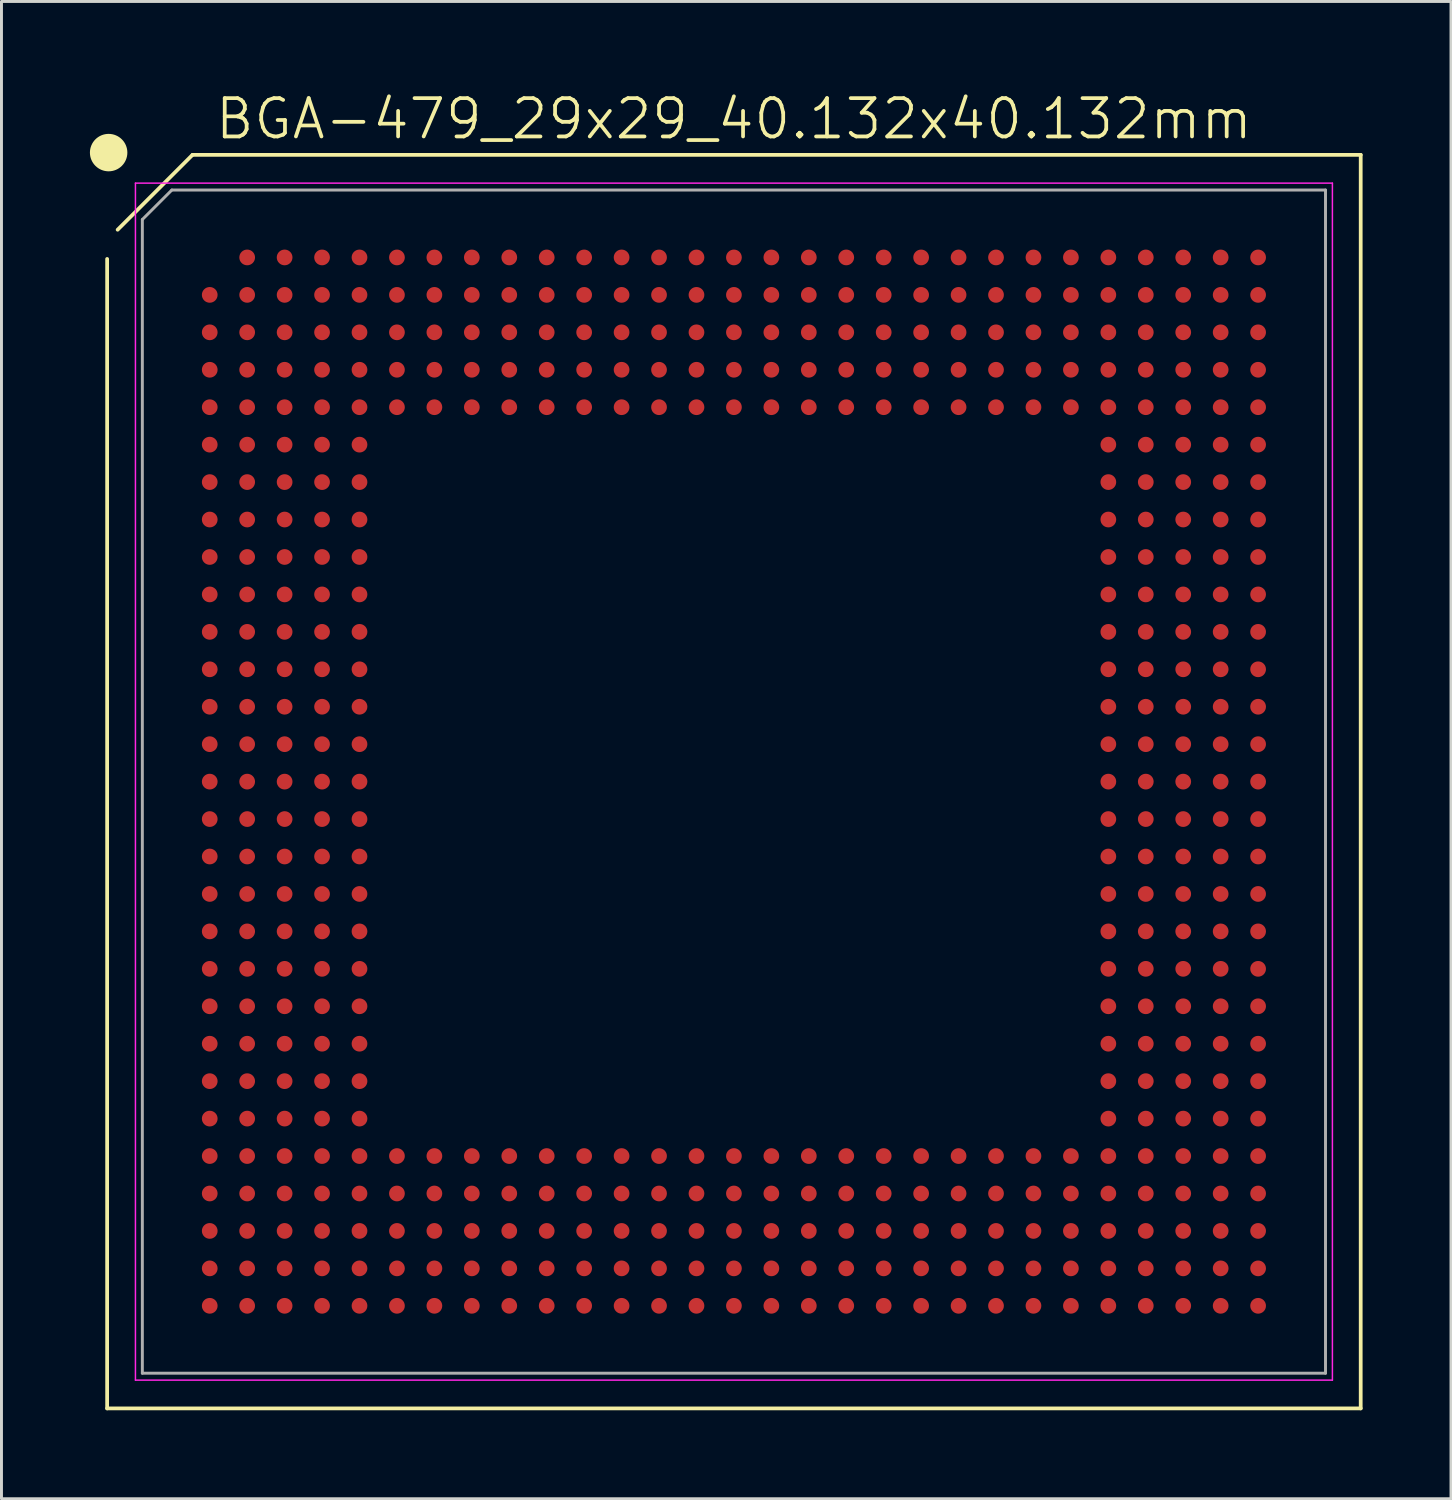
<source format=kicad_pcb>
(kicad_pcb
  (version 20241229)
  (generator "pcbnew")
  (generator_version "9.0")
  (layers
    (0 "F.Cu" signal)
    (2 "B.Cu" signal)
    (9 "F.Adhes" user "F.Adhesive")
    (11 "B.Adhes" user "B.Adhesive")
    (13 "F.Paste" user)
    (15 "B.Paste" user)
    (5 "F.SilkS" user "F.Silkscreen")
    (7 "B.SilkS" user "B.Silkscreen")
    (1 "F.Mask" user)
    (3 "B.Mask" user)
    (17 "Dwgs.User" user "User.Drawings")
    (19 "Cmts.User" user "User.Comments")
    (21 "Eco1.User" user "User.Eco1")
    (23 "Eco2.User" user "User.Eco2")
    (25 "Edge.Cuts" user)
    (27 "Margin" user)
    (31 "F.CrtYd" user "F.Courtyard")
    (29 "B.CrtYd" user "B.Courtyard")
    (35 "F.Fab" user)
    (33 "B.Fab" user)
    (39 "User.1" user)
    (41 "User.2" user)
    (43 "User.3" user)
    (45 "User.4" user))
  (footprint "BGA-479_29x29_40.132x40.132mm"
    (layer "F.Cu")
    (at 21.844 23.462)
    (property "Reference" "BGA-479_29x29_40.132x40.132mm" (at 0 -22.479 0) (layer "F.SilkS") (effects (font (size 1.3 1.3) (thickness 0.127))))
    (attr smd)
    (fp_line (start -21.26 -17.729) (end -21.26 21.26) (stroke (width 0.127) (type default)) (layer "F.SilkS"))
    (fp_line (start -18.364 -21.26) (end -20.904 -18.72) (stroke (width 0.127) (type default)) (layer "F.SilkS"))
    (fp_line (start -18.364 -21.26) (end 21.26 -21.26) (stroke (width 0.127) (type default)) (layer "F.SilkS"))
    (fp_line (start 21.26 21.26) (end -21.26 21.26) (stroke (width 0.127) (type default)) (layer "F.SilkS"))
    (fp_line (start 21.26 21.26) (end 21.26 -21.26) (stroke (width 0.127) (type default)) (layer "F.SilkS"))
    (fp_circle (center -21.209 -21.336) (end -20.624 -21.336) (stroke (width 0.1) (type default)) (fill yes) (layer "F.SilkS"))
    (fp_line (start -20.3 -20.3) (end 20.3 -20.3) (stroke (width 0.05) (type default)) (layer "F.CrtYd"))
    (fp_line (start -20.3 20.3) (end -20.3 -20.3) (stroke (width 0.05) (type default)) (layer "F.CrtYd"))
    (fp_line (start 20.3 -20.3) (end 20.3 20.3) (stroke (width 0.05) (type default)) (layer "F.CrtYd"))
    (fp_line (start 20.3 20.3) (end -20.3 20.3) (stroke (width 0.05) (type default)) (layer "F.CrtYd"))
    (fp_line (start -20.066 -19.066) (end -20.066 20.066) (stroke (width 0.1) (type default)) (layer "F.Fab"))
    (fp_line (start -20.066 20.066) (end 20.066 20.066) (stroke (width 0.1) (type default)) (layer "F.Fab"))
    (fp_line (start -19.066 -20.066) (end -20.066 -19.066) (stroke (width 0.1) (type default)) (layer "F.Fab"))
    (fp_line (start 20.066 -20.066) (end -19.066 -20.066) (stroke (width 0.1) (type default)) (layer "F.Fab"))
    (fp_line (start 20.066 20.066) (end 20.066 -20.066) (stroke (width 0.1) (type default)) (layer "F.Fab"))
    (pad "A2" smd circle (at -16.51 -17.78) (size 0.533 0.533) (layers "F.Cu" "F.Mask" "F.Paste"))
    (pad "A3" smd circle (at -15.24 -17.78) (size 0.533 0.533) (layers "F.Cu" "F.Mask" "F.Paste"))
    (pad "A4" smd circle (at -13.97 -17.78) (size 0.533 0.533) (layers "F.Cu" "F.Mask" "F.Paste"))
    (pad "A5" smd circle (at -12.7 -17.78) (size 0.533 0.533) (layers "F.Cu" "F.Mask" "F.Paste"))
    (pad "A6" smd circle (at -11.43 -17.78) (size 0.533 0.533) (layers "F.Cu" "F.Mask" "F.Paste"))
    (pad "A7" smd circle (at -10.16 -17.78) (size 0.533 0.533) (layers "F.Cu" "F.Mask" "F.Paste"))
    (pad "A8" smd circle (at -8.89 -17.78) (size 0.533 0.533) (layers "F.Cu" "F.Mask" "F.Paste"))
    (pad "A9" smd circle (at -7.62 -17.78) (size 0.533 0.533) (layers "F.Cu" "F.Mask" "F.Paste"))
    (pad "A10" smd circle (at -6.35 -17.78) (size 0.533 0.533) (layers "F.Cu" "F.Mask" "F.Paste"))
    (pad "A11" smd circle (at -5.08 -17.78) (size 0.533 0.533) (layers "F.Cu" "F.Mask" "F.Paste"))
    (pad "A12" smd circle (at -3.81 -17.78) (size 0.533 0.533) (layers "F.Cu" "F.Mask" "F.Paste"))
    (pad "A13" smd circle (at -2.54 -17.78) (size 0.533 0.533) (layers "F.Cu" "F.Mask" "F.Paste"))
    (pad "A14" smd circle (at -1.27 -17.78) (size 0.533 0.533) (layers "F.Cu" "F.Mask" "F.Paste"))
    (pad "A15" smd circle (at 0 -17.78) (size 0.533 0.533) (layers "F.Cu" "F.Mask" "F.Paste"))
    (pad "A16" smd circle (at 1.27 -17.78) (size 0.533 0.533) (layers "F.Cu" "F.Mask" "F.Paste"))
    (pad "A17" smd circle (at 2.54 -17.78) (size 0.533 0.533) (layers "F.Cu" "F.Mask" "F.Paste"))
    (pad "A18" smd circle (at 3.81 -17.78) (size 0.533 0.533) (layers "F.Cu" "F.Mask" "F.Paste"))
    (pad "A19" smd circle (at 5.08 -17.78) (size 0.533 0.533) (layers "F.Cu" "F.Mask" "F.Paste"))
    (pad "A20" smd circle (at 6.35 -17.78) (size 0.533 0.533) (layers "F.Cu" "F.Mask" "F.Paste"))
    (pad "A21" smd circle (at 7.62 -17.78) (size 0.533 0.533) (layers "F.Cu" "F.Mask" "F.Paste"))
    (pad "A22" smd circle (at 8.89 -17.78) (size 0.533 0.533) (layers "F.Cu" "F.Mask" "F.Paste"))
    (pad "A23" smd circle (at 10.16 -17.78) (size 0.533 0.533) (layers "F.Cu" "F.Mask" "F.Paste"))
    (pad "A24" smd circle (at 11.43 -17.78) (size 0.533 0.533) (layers "F.Cu" "F.Mask" "F.Paste"))
    (pad "A25" smd circle (at 12.7 -17.78) (size 0.533 0.533) (layers "F.Cu" "F.Mask" "F.Paste"))
    (pad "A26" smd circle (at 13.97 -17.78) (size 0.533 0.533) (layers "F.Cu" "F.Mask" "F.Paste"))
    (pad "A27" smd circle (at 15.24 -17.78) (size 0.533 0.533) (layers "F.Cu" "F.Mask" "F.Paste"))
    (pad "A28" smd circle (at 16.51 -17.78) (size 0.533 0.533) (layers "F.Cu" "F.Mask" "F.Paste"))
    (pad "A29" smd circle (at 17.78 -17.78) (size 0.533 0.533) (layers "F.Cu" "F.Mask" "F.Paste"))
    (pad "AA1" smd circle (at -17.78 7.62) (size 0.533 0.533) (layers "F.Cu" "F.Mask" "F.Paste"))
    (pad "AA2" smd circle (at -16.51 7.62) (size 0.533 0.533) (layers "F.Cu" "F.Mask" "F.Paste"))
    (pad "AA3" smd circle (at -15.24 7.62) (size 0.533 0.533) (layers "F.Cu" "F.Mask" "F.Paste"))
    (pad "AA4" smd circle (at -13.97 7.62) (size 0.533 0.533) (layers "F.Cu" "F.Mask" "F.Paste"))
    (pad "AA5" smd circle (at -12.7 7.62) (size 0.533 0.533) (layers "F.Cu" "F.Mask" "F.Paste"))
    (pad "AA25" smd circle (at 12.7 7.62) (size 0.533 0.533) (layers "F.Cu" "F.Mask" "F.Paste"))
    (pad "AA26" smd circle (at 13.97 7.62) (size 0.533 0.533) (layers "F.Cu" "F.Mask" "F.Paste"))
    (pad "AA27" smd circle (at 15.24 7.62) (size 0.533 0.533) (layers "F.Cu" "F.Mask" "F.Paste"))
    (pad "AA28" smd circle (at 16.51 7.62) (size 0.533 0.533) (layers "F.Cu" "F.Mask" "F.Paste"))
    (pad "AA29" smd circle (at 17.78 7.62) (size 0.533 0.533) (layers "F.Cu" "F.Mask" "F.Paste"))
    (pad "AB1" smd circle (at -17.78 8.89) (size 0.533 0.533) (layers "F.Cu" "F.Mask" "F.Paste"))
    (pad "AB2" smd circle (at -16.51 8.89) (size 0.533 0.533) (layers "F.Cu" "F.Mask" "F.Paste"))
    (pad "AB3" smd circle (at -15.24 8.89) (size 0.533 0.533) (layers "F.Cu" "F.Mask" "F.Paste"))
    (pad "AB4" smd circle (at -13.97 8.89) (size 0.533 0.533) (layers "F.Cu" "F.Mask" "F.Paste"))
    (pad "AB5" smd circle (at -12.7 8.89) (size 0.533 0.533) (layers "F.Cu" "F.Mask" "F.Paste"))
    (pad "AB25" smd circle (at 12.7 8.89) (size 0.533 0.533) (layers "F.Cu" "F.Mask" "F.Paste"))
    (pad "AB26" smd circle (at 13.97 8.89) (size 0.533 0.533) (layers "F.Cu" "F.Mask" "F.Paste"))
    (pad "AB27" smd circle (at 15.24 8.89) (size 0.533 0.533) (layers "F.Cu" "F.Mask" "F.Paste"))
    (pad "AB28" smd circle (at 16.51 8.89) (size 0.533 0.533) (layers "F.Cu" "F.Mask" "F.Paste"))
    (pad "AB29" smd circle (at 17.78 8.89) (size 0.533 0.533) (layers "F.Cu" "F.Mask" "F.Paste"))
    (pad "AC1" smd circle (at -17.78 10.16) (size 0.533 0.533) (layers "F.Cu" "F.Mask" "F.Paste"))
    (pad "AC2" smd circle (at -16.51 10.16) (size 0.533 0.533) (layers "F.Cu" "F.Mask" "F.Paste"))
    (pad "AC3" smd circle (at -15.24 10.16) (size 0.533 0.533) (layers "F.Cu" "F.Mask" "F.Paste"))
    (pad "AC4" smd circle (at -13.97 10.16) (size 0.533 0.533) (layers "F.Cu" "F.Mask" "F.Paste"))
    (pad "AC5" smd circle (at -12.7 10.16) (size 0.533 0.533) (layers "F.Cu" "F.Mask" "F.Paste"))
    (pad "AC25" smd circle (at 12.7 10.16) (size 0.533 0.533) (layers "F.Cu" "F.Mask" "F.Paste"))
    (pad "AC26" smd circle (at 13.97 10.16) (size 0.533 0.533) (layers "F.Cu" "F.Mask" "F.Paste"))
    (pad "AC27" smd circle (at 15.24 10.16) (size 0.533 0.533) (layers "F.Cu" "F.Mask" "F.Paste"))
    (pad "AC28" smd circle (at 16.51 10.16) (size 0.533 0.533) (layers "F.Cu" "F.Mask" "F.Paste"))
    (pad "AC29" smd circle (at 17.78 10.16) (size 0.533 0.533) (layers "F.Cu" "F.Mask" "F.Paste"))
    (pad "AD1" smd circle (at -17.78 11.43) (size 0.533 0.533) (layers "F.Cu" "F.Mask" "F.Paste"))
    (pad "AD2" smd circle (at -16.51 11.43) (size 0.533 0.533) (layers "F.Cu" "F.Mask" "F.Paste"))
    (pad "AD3" smd circle (at -15.24 11.43) (size 0.533 0.533) (layers "F.Cu" "F.Mask" "F.Paste"))
    (pad "AD4" smd circle (at -13.97 11.43) (size 0.533 0.533) (layers "F.Cu" "F.Mask" "F.Paste"))
    (pad "AD5" smd circle (at -12.7 11.43) (size 0.533 0.533) (layers "F.Cu" "F.Mask" "F.Paste"))
    (pad "AD25" smd circle (at 12.7 11.43) (size 0.533 0.533) (layers "F.Cu" "F.Mask" "F.Paste"))
    (pad "AD26" smd circle (at 13.97 11.43) (size 0.533 0.533) (layers "F.Cu" "F.Mask" "F.Paste"))
    (pad "AD27" smd circle (at 15.24 11.43) (size 0.533 0.533) (layers "F.Cu" "F.Mask" "F.Paste"))
    (pad "AD28" smd circle (at 16.51 11.43) (size 0.533 0.533) (layers "F.Cu" "F.Mask" "F.Paste"))
    (pad "AD29" smd circle (at 17.78 11.43) (size 0.533 0.533) (layers "F.Cu" "F.Mask" "F.Paste"))
    (pad "AE1" smd circle (at -17.78 12.7) (size 0.533 0.533) (layers "F.Cu" "F.Mask" "F.Paste"))
    (pad "AE2" smd circle (at -16.51 12.7) (size 0.533 0.533) (layers "F.Cu" "F.Mask" "F.Paste"))
    (pad "AE3" smd circle (at -15.24 12.7) (size 0.533 0.533) (layers "F.Cu" "F.Mask" "F.Paste"))
    (pad "AE4" smd circle (at -13.97 12.7) (size 0.533 0.533) (layers "F.Cu" "F.Mask" "F.Paste"))
    (pad "AE5" smd circle (at -12.7 12.7) (size 0.533 0.533) (layers "F.Cu" "F.Mask" "F.Paste"))
    (pad "AE6" smd circle (at -11.43 12.7) (size 0.533 0.533) (layers "F.Cu" "F.Mask" "F.Paste"))
    (pad "AE7" smd circle (at -10.16 12.7) (size 0.533 0.533) (layers "F.Cu" "F.Mask" "F.Paste"))
    (pad "AE8" smd circle (at -8.89 12.7) (size 0.533 0.533) (layers "F.Cu" "F.Mask" "F.Paste"))
    (pad "AE9" smd circle (at -7.62 12.7) (size 0.533 0.533) (layers "F.Cu" "F.Mask" "F.Paste"))
    (pad "AE10" smd circle (at -6.35 12.7) (size 0.533 0.533) (layers "F.Cu" "F.Mask" "F.Paste"))
    (pad "AE11" smd circle (at -5.08 12.7) (size 0.533 0.533) (layers "F.Cu" "F.Mask" "F.Paste"))
    (pad "AE12" smd circle (at -3.81 12.7) (size 0.533 0.533) (layers "F.Cu" "F.Mask" "F.Paste"))
    (pad "AE13" smd circle (at -2.54 12.7) (size 0.533 0.533) (layers "F.Cu" "F.Mask" "F.Paste"))
    (pad "AE14" smd circle (at -1.27 12.7) (size 0.533 0.533) (layers "F.Cu" "F.Mask" "F.Paste"))
    (pad "AE15" smd circle (at 0 12.7) (size 0.533 0.533) (layers "F.Cu" "F.Mask" "F.Paste"))
    (pad "AE16" smd circle (at 1.27 12.7) (size 0.533 0.533) (layers "F.Cu" "F.Mask" "F.Paste"))
    (pad "AE17" smd circle (at 2.54 12.7) (size 0.533 0.533) (layers "F.Cu" "F.Mask" "F.Paste"))
    (pad "AE18" smd circle (at 3.81 12.7) (size 0.533 0.533) (layers "F.Cu" "F.Mask" "F.Paste"))
    (pad "AE19" smd circle (at 5.08 12.7) (size 0.533 0.533) (layers "F.Cu" "F.Mask" "F.Paste"))
    (pad "AE20" smd circle (at 6.35 12.7) (size 0.533 0.533) (layers "F.Cu" "F.Mask" "F.Paste"))
    (pad "AE21" smd circle (at 7.62 12.7) (size 0.533 0.533) (layers "F.Cu" "F.Mask" "F.Paste"))
    (pad "AE22" smd circle (at 8.89 12.7) (size 0.533 0.533) (layers "F.Cu" "F.Mask" "F.Paste"))
    (pad "AE23" smd circle (at 10.16 12.7) (size 0.533 0.533) (layers "F.Cu" "F.Mask" "F.Paste"))
    (pad "AE24" smd circle (at 11.43 12.7) (size 0.533 0.533) (layers "F.Cu" "F.Mask" "F.Paste"))
    (pad "AE25" smd circle (at 12.7 12.7) (size 0.533 0.533) (layers "F.Cu" "F.Mask" "F.Paste"))
    (pad "AE26" smd circle (at 13.97 12.7) (size 0.533 0.533) (layers "F.Cu" "F.Mask" "F.Paste"))
    (pad "AE27" smd circle (at 15.24 12.7) (size 0.533 0.533) (layers "F.Cu" "F.Mask" "F.Paste"))
    (pad "AE28" smd circle (at 16.51 12.7) (size 0.533 0.533) (layers "F.Cu" "F.Mask" "F.Paste"))
    (pad "AE29" smd circle (at 17.78 12.7) (size 0.533 0.533) (layers "F.Cu" "F.Mask" "F.Paste"))
    (pad "AF1" smd circle (at -17.78 13.97) (size 0.533 0.533) (layers "F.Cu" "F.Mask" "F.Paste"))
    (pad "AF2" smd circle (at -16.51 13.97) (size 0.533 0.533) (layers "F.Cu" "F.Mask" "F.Paste"))
    (pad "AF3" smd circle (at -15.24 13.97) (size 0.533 0.533) (layers "F.Cu" "F.Mask" "F.Paste"))
    (pad "AF4" smd circle (at -13.97 13.97) (size 0.533 0.533) (layers "F.Cu" "F.Mask" "F.Paste"))
    (pad "AF5" smd circle (at -12.7 13.97) (size 0.533 0.533) (layers "F.Cu" "F.Mask" "F.Paste"))
    (pad "AF6" smd circle (at -11.43 13.97) (size 0.533 0.533) (layers "F.Cu" "F.Mask" "F.Paste"))
    (pad "AF7" smd circle (at -10.16 13.97) (size 0.533 0.533) (layers "F.Cu" "F.Mask" "F.Paste"))
    (pad "AF8" smd circle (at -8.89 13.97) (size 0.533 0.533) (layers "F.Cu" "F.Mask" "F.Paste"))
    (pad "AF9" smd circle (at -7.62 13.97) (size 0.533 0.533) (layers "F.Cu" "F.Mask" "F.Paste"))
    (pad "AF10" smd circle (at -6.35 13.97) (size 0.533 0.533) (layers "F.Cu" "F.Mask" "F.Paste"))
    (pad "AF11" smd circle (at -5.08 13.97) (size 0.533 0.533) (layers "F.Cu" "F.Mask" "F.Paste"))
    (pad "AF12" smd circle (at -3.81 13.97) (size 0.533 0.533) (layers "F.Cu" "F.Mask" "F.Paste"))
    (pad "AF13" smd circle (at -2.54 13.97) (size 0.533 0.533) (layers "F.Cu" "F.Mask" "F.Paste"))
    (pad "AF14" smd circle (at -1.27 13.97) (size 0.533 0.533) (layers "F.Cu" "F.Mask" "F.Paste"))
    (pad "AF15" smd circle (at 0 13.97) (size 0.533 0.533) (layers "F.Cu" "F.Mask" "F.Paste"))
    (pad "AF16" smd circle (at 1.27 13.97) (size 0.533 0.533) (layers "F.Cu" "F.Mask" "F.Paste"))
    (pad "AF17" smd circle (at 2.54 13.97) (size 0.533 0.533) (layers "F.Cu" "F.Mask" "F.Paste"))
    (pad "AF18" smd circle (at 3.81 13.97) (size 0.533 0.533) (layers "F.Cu" "F.Mask" "F.Paste"))
    (pad "AF19" smd circle (at 5.08 13.97) (size 0.533 0.533) (layers "F.Cu" "F.Mask" "F.Paste"))
    (pad "AF20" smd circle (at 6.35 13.97) (size 0.533 0.533) (layers "F.Cu" "F.Mask" "F.Paste"))
    (pad "AF21" smd circle (at 7.62 13.97) (size 0.533 0.533) (layers "F.Cu" "F.Mask" "F.Paste"))
    (pad "AF22" smd circle (at 8.89 13.97) (size 0.533 0.533) (layers "F.Cu" "F.Mask" "F.Paste"))
    (pad "AF23" smd circle (at 10.16 13.97) (size 0.533 0.533) (layers "F.Cu" "F.Mask" "F.Paste"))
    (pad "AF24" smd circle (at 11.43 13.97) (size 0.533 0.533) (layers "F.Cu" "F.Mask" "F.Paste"))
    (pad "AF25" smd circle (at 12.7 13.97) (size 0.533 0.533) (layers "F.Cu" "F.Mask" "F.Paste"))
    (pad "AF26" smd circle (at 13.97 13.97) (size 0.533 0.533) (layers "F.Cu" "F.Mask" "F.Paste"))
    (pad "AF27" smd circle (at 15.24 13.97) (size 0.533 0.533) (layers "F.Cu" "F.Mask" "F.Paste"))
    (pad "AF28" smd circle (at 16.51 13.97) (size 0.533 0.533) (layers "F.Cu" "F.Mask" "F.Paste"))
    (pad "AF29" smd circle (at 17.78 13.97) (size 0.533 0.533) (layers "F.Cu" "F.Mask" "F.Paste"))
    (pad "AG1" smd circle (at -17.78 15.24) (size 0.533 0.533) (layers "F.Cu" "F.Mask" "F.Paste"))
    (pad "AG2" smd circle (at -16.51 15.24) (size 0.533 0.533) (layers "F.Cu" "F.Mask" "F.Paste"))
    (pad "AG3" smd circle (at -15.24 15.24) (size 0.533 0.533) (layers "F.Cu" "F.Mask" "F.Paste"))
    (pad "AG4" smd circle (at -13.97 15.24) (size 0.533 0.533) (layers "F.Cu" "F.Mask" "F.Paste"))
    (pad "AG5" smd circle (at -12.7 15.24) (size 0.533 0.533) (layers "F.Cu" "F.Mask" "F.Paste"))
    (pad "AG6" smd circle (at -11.43 15.24) (size 0.533 0.533) (layers "F.Cu" "F.Mask" "F.Paste"))
    (pad "AG7" smd circle (at -10.16 15.24) (size 0.533 0.533) (layers "F.Cu" "F.Mask" "F.Paste"))
    (pad "AG8" smd circle (at -8.89 15.24) (size 0.533 0.533) (layers "F.Cu" "F.Mask" "F.Paste"))
    (pad "AG9" smd circle (at -7.62 15.24) (size 0.533 0.533) (layers "F.Cu" "F.Mask" "F.Paste"))
    (pad "AG10" smd circle (at -6.35 15.24) (size 0.533 0.533) (layers "F.Cu" "F.Mask" "F.Paste"))
    (pad "AG11" smd circle (at -5.08 15.24) (size 0.533 0.533) (layers "F.Cu" "F.Mask" "F.Paste"))
    (pad "AG12" smd circle (at -3.81 15.24) (size 0.533 0.533) (layers "F.Cu" "F.Mask" "F.Paste"))
    (pad "AG13" smd circle (at -2.54 15.24) (size 0.533 0.533) (layers "F.Cu" "F.Mask" "F.Paste"))
    (pad "AG14" smd circle (at -1.27 15.24) (size 0.533 0.533) (layers "F.Cu" "F.Mask" "F.Paste"))
    (pad "AG15" smd circle (at 0 15.24) (size 0.533 0.533) (layers "F.Cu" "F.Mask" "F.Paste"))
    (pad "AG16" smd circle (at 1.27 15.24) (size 0.533 0.533) (layers "F.Cu" "F.Mask" "F.Paste"))
    (pad "AG17" smd circle (at 2.54 15.24) (size 0.533 0.533) (layers "F.Cu" "F.Mask" "F.Paste"))
    (pad "AG18" smd circle (at 3.81 15.24) (size 0.533 0.533) (layers "F.Cu" "F.Mask" "F.Paste"))
    (pad "AG19" smd circle (at 5.08 15.24) (size 0.533 0.533) (layers "F.Cu" "F.Mask" "F.Paste"))
    (pad "AG20" smd circle (at 6.35 15.24) (size 0.533 0.533) (layers "F.Cu" "F.Mask" "F.Paste"))
    (pad "AG21" smd circle (at 7.62 15.24) (size 0.533 0.533) (layers "F.Cu" "F.Mask" "F.Paste"))
    (pad "AG22" smd circle (at 8.89 15.24) (size 0.533 0.533) (layers "F.Cu" "F.Mask" "F.Paste"))
    (pad "AG23" smd circle (at 10.16 15.24) (size 0.533 0.533) (layers "F.Cu" "F.Mask" "F.Paste"))
    (pad "AG24" smd circle (at 11.43 15.24) (size 0.533 0.533) (layers "F.Cu" "F.Mask" "F.Paste"))
    (pad "AG25" smd circle (at 12.7 15.24) (size 0.533 0.533) (layers "F.Cu" "F.Mask" "F.Paste"))
    (pad "AG26" smd circle (at 13.97 15.24) (size 0.533 0.533) (layers "F.Cu" "F.Mask" "F.Paste"))
    (pad "AG27" smd circle (at 15.24 15.24) (size 0.533 0.533) (layers "F.Cu" "F.Mask" "F.Paste"))
    (pad "AG28" smd circle (at 16.51 15.24) (size 0.533 0.533) (layers "F.Cu" "F.Mask" "F.Paste"))
    (pad "AG29" smd circle (at 17.78 15.24) (size 0.533 0.533) (layers "F.Cu" "F.Mask" "F.Paste"))
    (pad "AH1" smd circle (at -17.78 16.51) (size 0.533 0.533) (layers "F.Cu" "F.Mask" "F.Paste"))
    (pad "AH2" smd circle (at -16.51 16.51) (size 0.533 0.533) (layers "F.Cu" "F.Mask" "F.Paste"))
    (pad "AH3" smd circle (at -15.24 16.51) (size 0.533 0.533) (layers "F.Cu" "F.Mask" "F.Paste"))
    (pad "AH4" smd circle (at -13.97 16.51) (size 0.533 0.533) (layers "F.Cu" "F.Mask" "F.Paste"))
    (pad "AH5" smd circle (at -12.7 16.51) (size 0.533 0.533) (layers "F.Cu" "F.Mask" "F.Paste"))
    (pad "AH6" smd circle (at -11.43 16.51) (size 0.533 0.533) (layers "F.Cu" "F.Mask" "F.Paste"))
    (pad "AH7" smd circle (at -10.16 16.51) (size 0.533 0.533) (layers "F.Cu" "F.Mask" "F.Paste"))
    (pad "AH8" smd circle (at -8.89 16.51) (size 0.533 0.533) (layers "F.Cu" "F.Mask" "F.Paste"))
    (pad "AH9" smd circle (at -7.62 16.51) (size 0.533 0.533) (layers "F.Cu" "F.Mask" "F.Paste"))
    (pad "AH10" smd circle (at -6.35 16.51) (size 0.533 0.533) (layers "F.Cu" "F.Mask" "F.Paste"))
    (pad "AH11" smd circle (at -5.08 16.51) (size 0.533 0.533) (layers "F.Cu" "F.Mask" "F.Paste"))
    (pad "AH12" smd circle (at -3.81 16.51) (size 0.533 0.533) (layers "F.Cu" "F.Mask" "F.Paste"))
    (pad "AH13" smd circle (at -2.54 16.51) (size 0.533 0.533) (layers "F.Cu" "F.Mask" "F.Paste"))
    (pad "AH14" smd circle (at -1.27 16.51) (size 0.533 0.533) (layers "F.Cu" "F.Mask" "F.Paste"))
    (pad "AH15" smd circle (at 0 16.51) (size 0.533 0.533) (layers "F.Cu" "F.Mask" "F.Paste"))
    (pad "AH16" smd circle (at 1.27 16.51) (size 0.533 0.533) (layers "F.Cu" "F.Mask" "F.Paste"))
    (pad "AH17" smd circle (at 2.54 16.51) (size 0.533 0.533) (layers "F.Cu" "F.Mask" "F.Paste"))
    (pad "AH18" smd circle (at 3.81 16.51) (size 0.533 0.533) (layers "F.Cu" "F.Mask" "F.Paste"))
    (pad "AH19" smd circle (at 5.08 16.51) (size 0.533 0.533) (layers "F.Cu" "F.Mask" "F.Paste"))
    (pad "AH20" smd circle (at 6.35 16.51) (size 0.533 0.533) (layers "F.Cu" "F.Mask" "F.Paste"))
    (pad "AH21" smd circle (at 7.62 16.51) (size 0.533 0.533) (layers "F.Cu" "F.Mask" "F.Paste"))
    (pad "AH22" smd circle (at 8.89 16.51) (size 0.533 0.533) (layers "F.Cu" "F.Mask" "F.Paste"))
    (pad "AH23" smd circle (at 10.16 16.51) (size 0.533 0.533) (layers "F.Cu" "F.Mask" "F.Paste"))
    (pad "AH24" smd circle (at 11.43 16.51) (size 0.533 0.533) (layers "F.Cu" "F.Mask" "F.Paste"))
    (pad "AH25" smd circle (at 12.7 16.51) (size 0.533 0.533) (layers "F.Cu" "F.Mask" "F.Paste"))
    (pad "AH26" smd circle (at 13.97 16.51) (size 0.533 0.533) (layers "F.Cu" "F.Mask" "F.Paste"))
    (pad "AH27" smd circle (at 15.24 16.51) (size 0.533 0.533) (layers "F.Cu" "F.Mask" "F.Paste"))
    (pad "AH28" smd circle (at 16.51 16.51) (size 0.533 0.533) (layers "F.Cu" "F.Mask" "F.Paste"))
    (pad "AH29" smd circle (at 17.78 16.51) (size 0.533 0.533) (layers "F.Cu" "F.Mask" "F.Paste"))
    (pad "AJ1" smd circle (at -17.78 17.78) (size 0.533 0.533) (layers "F.Cu" "F.Mask" "F.Paste"))
    (pad "AJ2" smd circle (at -16.51 17.78) (size 0.533 0.533) (layers "F.Cu" "F.Mask" "F.Paste"))
    (pad "AJ3" smd circle (at -15.24 17.78) (size 0.533 0.533) (layers "F.Cu" "F.Mask" "F.Paste"))
    (pad "AJ4" smd circle (at -13.97 17.78) (size 0.533 0.533) (layers "F.Cu" "F.Mask" "F.Paste"))
    (pad "AJ5" smd circle (at -12.7 17.78) (size 0.533 0.533) (layers "F.Cu" "F.Mask" "F.Paste"))
    (pad "AJ6" smd circle (at -11.43 17.78) (size 0.533 0.533) (layers "F.Cu" "F.Mask" "F.Paste"))
    (pad "AJ7" smd circle (at -10.16 17.78) (size 0.533 0.533) (layers "F.Cu" "F.Mask" "F.Paste"))
    (pad "AJ8" smd circle (at -8.89 17.78) (size 0.533 0.533) (layers "F.Cu" "F.Mask" "F.Paste"))
    (pad "AJ9" smd circle (at -7.62 17.78) (size 0.533 0.533) (layers "F.Cu" "F.Mask" "F.Paste"))
    (pad "AJ10" smd circle (at -6.35 17.78) (size 0.533 0.533) (layers "F.Cu" "F.Mask" "F.Paste"))
    (pad "AJ11" smd circle (at -5.08 17.78) (size 0.533 0.533) (layers "F.Cu" "F.Mask" "F.Paste"))
    (pad "AJ12" smd circle (at -3.81 17.78) (size 0.533 0.533) (layers "F.Cu" "F.Mask" "F.Paste"))
    (pad "AJ13" smd circle (at -2.54 17.78) (size 0.533 0.533) (layers "F.Cu" "F.Mask" "F.Paste"))
    (pad "AJ14" smd circle (at -1.27 17.78) (size 0.533 0.533) (layers "F.Cu" "F.Mask" "F.Paste"))
    (pad "AJ15" smd circle (at 0 17.78) (size 0.533 0.533) (layers "F.Cu" "F.Mask" "F.Paste"))
    (pad "AJ16" smd circle (at 1.27 17.78) (size 0.533 0.533) (layers "F.Cu" "F.Mask" "F.Paste"))
    (pad "AJ17" smd circle (at 2.54 17.78) (size 0.533 0.533) (layers "F.Cu" "F.Mask" "F.Paste"))
    (pad "AJ18" smd circle (at 3.81 17.78) (size 0.533 0.533) (layers "F.Cu" "F.Mask" "F.Paste"))
    (pad "AJ19" smd circle (at 5.08 17.78) (size 0.533 0.533) (layers "F.Cu" "F.Mask" "F.Paste"))
    (pad "AJ20" smd circle (at 6.35 17.78) (size 0.533 0.533) (layers "F.Cu" "F.Mask" "F.Paste"))
    (pad "AJ21" smd circle (at 7.62 17.78) (size 0.533 0.533) (layers "F.Cu" "F.Mask" "F.Paste"))
    (pad "AJ22" smd circle (at 8.89 17.78) (size 0.533 0.533) (layers "F.Cu" "F.Mask" "F.Paste"))
    (pad "AJ23" smd circle (at 10.16 17.78) (size 0.533 0.533) (layers "F.Cu" "F.Mask" "F.Paste"))
    (pad "AJ24" smd circle (at 11.43 17.78) (size 0.533 0.533) (layers "F.Cu" "F.Mask" "F.Paste"))
    (pad "AJ25" smd circle (at 12.7 17.78) (size 0.533 0.533) (layers "F.Cu" "F.Mask" "F.Paste"))
    (pad "AJ26" smd circle (at 13.97 17.78) (size 0.533 0.533) (layers "F.Cu" "F.Mask" "F.Paste"))
    (pad "AJ27" smd circle (at 15.24 17.78) (size 0.533 0.533) (layers "F.Cu" "F.Mask" "F.Paste"))
    (pad "AJ28" smd circle (at 16.51 17.78) (size 0.533 0.533) (layers "F.Cu" "F.Mask" "F.Paste"))
    (pad "AJ29" smd circle (at 17.78 17.78) (size 0.533 0.533) (layers "F.Cu" "F.Mask" "F.Paste"))
    (pad "B1" smd circle (at -17.78 -16.51) (size 0.533 0.533) (layers "F.Cu" "F.Mask" "F.Paste"))
    (pad "B2" smd circle (at -16.51 -16.51) (size 0.533 0.533) (layers "F.Cu" "F.Mask" "F.Paste"))
    (pad "B3" smd circle (at -15.24 -16.51) (size 0.533 0.533) (layers "F.Cu" "F.Mask" "F.Paste"))
    (pad "B4" smd circle (at -13.97 -16.51) (size 0.533 0.533) (layers "F.Cu" "F.Mask" "F.Paste"))
    (pad "B5" smd circle (at -12.7 -16.51) (size 0.533 0.533) (layers "F.Cu" "F.Mask" "F.Paste"))
    (pad "B6" smd circle (at -11.43 -16.51) (size 0.533 0.533) (layers "F.Cu" "F.Mask" "F.Paste"))
    (pad "B7" smd circle (at -10.16 -16.51) (size 0.533 0.533) (layers "F.Cu" "F.Mask" "F.Paste"))
    (pad "B8" smd circle (at -8.89 -16.51) (size 0.533 0.533) (layers "F.Cu" "F.Mask" "F.Paste"))
    (pad "B9" smd circle (at -7.62 -16.51) (size 0.533 0.533) (layers "F.Cu" "F.Mask" "F.Paste"))
    (pad "B10" smd circle (at -6.35 -16.51) (size 0.533 0.533) (layers "F.Cu" "F.Mask" "F.Paste"))
    (pad "B11" smd circle (at -5.08 -16.51) (size 0.533 0.533) (layers "F.Cu" "F.Mask" "F.Paste"))
    (pad "B12" smd circle (at -3.81 -16.51) (size 0.533 0.533) (layers "F.Cu" "F.Mask" "F.Paste"))
    (pad "B13" smd circle (at -2.54 -16.51) (size 0.533 0.533) (layers "F.Cu" "F.Mask" "F.Paste"))
    (pad "B14" smd circle (at -1.27 -16.51) (size 0.533 0.533) (layers "F.Cu" "F.Mask" "F.Paste"))
    (pad "B15" smd circle (at 0 -16.51) (size 0.533 0.533) (layers "F.Cu" "F.Mask" "F.Paste"))
    (pad "B16" smd circle (at 1.27 -16.51) (size 0.533 0.533) (layers "F.Cu" "F.Mask" "F.Paste"))
    (pad "B17" smd circle (at 2.54 -16.51) (size 0.533 0.533) (layers "F.Cu" "F.Mask" "F.Paste"))
    (pad "B18" smd circle (at 3.81 -16.51) (size 0.533 0.533) (layers "F.Cu" "F.Mask" "F.Paste"))
    (pad "B19" smd circle (at 5.08 -16.51) (size 0.533 0.533) (layers "F.Cu" "F.Mask" "F.Paste"))
    (pad "B20" smd circle (at 6.35 -16.51) (size 0.533 0.533) (layers "F.Cu" "F.Mask" "F.Paste"))
    (pad "B21" smd circle (at 7.62 -16.51) (size 0.533 0.533) (layers "F.Cu" "F.Mask" "F.Paste"))
    (pad "B22" smd circle (at 8.89 -16.51) (size 0.533 0.533) (layers "F.Cu" "F.Mask" "F.Paste"))
    (pad "B23" smd circle (at 10.16 -16.51) (size 0.533 0.533) (layers "F.Cu" "F.Mask" "F.Paste"))
    (pad "B24" smd circle (at 11.43 -16.51) (size 0.533 0.533) (layers "F.Cu" "F.Mask" "F.Paste"))
    (pad "B25" smd circle (at 12.7 -16.51) (size 0.533 0.533) (layers "F.Cu" "F.Mask" "F.Paste"))
    (pad "B26" smd circle (at 13.97 -16.51) (size 0.533 0.533) (layers "F.Cu" "F.Mask" "F.Paste"))
    (pad "B27" smd circle (at 15.24 -16.51) (size 0.533 0.533) (layers "F.Cu" "F.Mask" "F.Paste"))
    (pad "B28" smd circle (at 16.51 -16.51) (size 0.533 0.533) (layers "F.Cu" "F.Mask" "F.Paste"))
    (pad "B29" smd circle (at 17.78 -16.51) (size 0.533 0.533) (layers "F.Cu" "F.Mask" "F.Paste"))
    (pad "C1" smd circle (at -17.78 -15.24) (size 0.533 0.533) (layers "F.Cu" "F.Mask" "F.Paste"))
    (pad "C2" smd circle (at -16.51 -15.24) (size 0.533 0.533) (layers "F.Cu" "F.Mask" "F.Paste"))
    (pad "C3" smd circle (at -15.24 -15.24) (size 0.533 0.533) (layers "F.Cu" "F.Mask" "F.Paste"))
    (pad "C4" smd circle (at -13.97 -15.24) (size 0.533 0.533) (layers "F.Cu" "F.Mask" "F.Paste"))
    (pad "C5" smd circle (at -12.7 -15.24) (size 0.533 0.533) (layers "F.Cu" "F.Mask" "F.Paste"))
    (pad "C6" smd circle (at -11.43 -15.24) (size 0.533 0.533) (layers "F.Cu" "F.Mask" "F.Paste"))
    (pad "C7" smd circle (at -10.16 -15.24) (size 0.533 0.533) (layers "F.Cu" "F.Mask" "F.Paste"))
    (pad "C8" smd circle (at -8.89 -15.24) (size 0.533 0.533) (layers "F.Cu" "F.Mask" "F.Paste"))
    (pad "C9" smd circle (at -7.62 -15.24) (size 0.533 0.533) (layers "F.Cu" "F.Mask" "F.Paste"))
    (pad "C10" smd circle (at -6.35 -15.24) (size 0.533 0.533) (layers "F.Cu" "F.Mask" "F.Paste"))
    (pad "C11" smd circle (at -5.08 -15.24) (size 0.533 0.533) (layers "F.Cu" "F.Mask" "F.Paste"))
    (pad "C12" smd circle (at -3.81 -15.24) (size 0.533 0.533) (layers "F.Cu" "F.Mask" "F.Paste"))
    (pad "C13" smd circle (at -2.54 -15.24) (size 0.533 0.533) (layers "F.Cu" "F.Mask" "F.Paste"))
    (pad "C14" smd circle (at -1.27 -15.24) (size 0.533 0.533) (layers "F.Cu" "F.Mask" "F.Paste"))
    (pad "C15" smd circle (at 0 -15.24) (size 0.533 0.533) (layers "F.Cu" "F.Mask" "F.Paste"))
    (pad "C16" smd circle (at 1.27 -15.24) (size 0.533 0.533) (layers "F.Cu" "F.Mask" "F.Paste"))
    (pad "C17" smd circle (at 2.54 -15.24) (size 0.533 0.533) (layers "F.Cu" "F.Mask" "F.Paste"))
    (pad "C18" smd circle (at 3.81 -15.24) (size 0.533 0.533) (layers "F.Cu" "F.Mask" "F.Paste"))
    (pad "C19" smd circle (at 5.08 -15.24) (size 0.533 0.533) (layers "F.Cu" "F.Mask" "F.Paste"))
    (pad "C20" smd circle (at 6.35 -15.24) (size 0.533 0.533) (layers "F.Cu" "F.Mask" "F.Paste"))
    (pad "C21" smd circle (at 7.62 -15.24) (size 0.533 0.533) (layers "F.Cu" "F.Mask" "F.Paste"))
    (pad "C22" smd circle (at 8.89 -15.24) (size 0.533 0.533) (layers "F.Cu" "F.Mask" "F.Paste"))
    (pad "C23" smd circle (at 10.16 -15.24) (size 0.533 0.533) (layers "F.Cu" "F.Mask" "F.Paste"))
    (pad "C24" smd circle (at 11.43 -15.24) (size 0.533 0.533) (layers "F.Cu" "F.Mask" "F.Paste"))
    (pad "C25" smd circle (at 12.7 -15.24) (size 0.533 0.533) (layers "F.Cu" "F.Mask" "F.Paste"))
    (pad "C26" smd circle (at 13.97 -15.24) (size 0.533 0.533) (layers "F.Cu" "F.Mask" "F.Paste"))
    (pad "C27" smd circle (at 15.24 -15.24) (size 0.533 0.533) (layers "F.Cu" "F.Mask" "F.Paste"))
    (pad "C28" smd circle (at 16.51 -15.24) (size 0.533 0.533) (layers "F.Cu" "F.Mask" "F.Paste"))
    (pad "C29" smd circle (at 17.78 -15.24) (size 0.533 0.533) (layers "F.Cu" "F.Mask" "F.Paste"))
    (pad "D1" smd circle (at -17.78 -13.97) (size 0.533 0.533) (layers "F.Cu" "F.Mask" "F.Paste"))
    (pad "D2" smd circle (at -16.51 -13.97) (size 0.533 0.533) (layers "F.Cu" "F.Mask" "F.Paste"))
    (pad "D3" smd circle (at -15.24 -13.97) (size 0.533 0.533) (layers "F.Cu" "F.Mask" "F.Paste"))
    (pad "D4" smd circle (at -13.97 -13.97) (size 0.533 0.533) (layers "F.Cu" "F.Mask" "F.Paste"))
    (pad "D5" smd circle (at -12.7 -13.97) (size 0.533 0.533) (layers "F.Cu" "F.Mask" "F.Paste"))
    (pad "D6" smd circle (at -11.43 -13.97) (size 0.533 0.533) (layers "F.Cu" "F.Mask" "F.Paste"))
    (pad "D7" smd circle (at -10.16 -13.97) (size 0.533 0.533) (layers "F.Cu" "F.Mask" "F.Paste"))
    (pad "D8" smd circle (at -8.89 -13.97) (size 0.533 0.533) (layers "F.Cu" "F.Mask" "F.Paste"))
    (pad "D9" smd circle (at -7.62 -13.97) (size 0.533 0.533) (layers "F.Cu" "F.Mask" "F.Paste"))
    (pad "D10" smd circle (at -6.35 -13.97) (size 0.533 0.533) (layers "F.Cu" "F.Mask" "F.Paste"))
    (pad "D11" smd circle (at -5.08 -13.97) (size 0.533 0.533) (layers "F.Cu" "F.Mask" "F.Paste"))
    (pad "D12" smd circle (at -3.81 -13.97) (size 0.533 0.533) (layers "F.Cu" "F.Mask" "F.Paste"))
    (pad "D13" smd circle (at -2.54 -13.97) (size 0.533 0.533) (layers "F.Cu" "F.Mask" "F.Paste"))
    (pad "D14" smd circle (at -1.27 -13.97) (size 0.533 0.533) (layers "F.Cu" "F.Mask" "F.Paste"))
    (pad "D15" smd circle (at 0 -13.97) (size 0.533 0.533) (layers "F.Cu" "F.Mask" "F.Paste"))
    (pad "D16" smd circle (at 1.27 -13.97) (size 0.533 0.533) (layers "F.Cu" "F.Mask" "F.Paste"))
    (pad "D17" smd circle (at 2.54 -13.97) (size 0.533 0.533) (layers "F.Cu" "F.Mask" "F.Paste"))
    (pad "D18" smd circle (at 3.81 -13.97) (size 0.533 0.533) (layers "F.Cu" "F.Mask" "F.Paste"))
    (pad "D19" smd circle (at 5.08 -13.97) (size 0.533 0.533) (layers "F.Cu" "F.Mask" "F.Paste"))
    (pad "D20" smd circle (at 6.35 -13.97) (size 0.533 0.533) (layers "F.Cu" "F.Mask" "F.Paste"))
    (pad "D21" smd circle (at 7.62 -13.97) (size 0.533 0.533) (layers "F.Cu" "F.Mask" "F.Paste"))
    (pad "D22" smd circle (at 8.89 -13.97) (size 0.533 0.533) (layers "F.Cu" "F.Mask" "F.Paste"))
    (pad "D23" smd circle (at 10.16 -13.97) (size 0.533 0.533) (layers "F.Cu" "F.Mask" "F.Paste"))
    (pad "D24" smd circle (at 11.43 -13.97) (size 0.533 0.533) (layers "F.Cu" "F.Mask" "F.Paste"))
    (pad "D25" smd circle (at 12.7 -13.97) (size 0.533 0.533) (layers "F.Cu" "F.Mask" "F.Paste"))
    (pad "D26" smd circle (at 13.97 -13.97) (size 0.533 0.533) (layers "F.Cu" "F.Mask" "F.Paste"))
    (pad "D27" smd circle (at 15.24 -13.97) (size 0.533 0.533) (layers "F.Cu" "F.Mask" "F.Paste"))
    (pad "D28" smd circle (at 16.51 -13.97) (size 0.533 0.533) (layers "F.Cu" "F.Mask" "F.Paste"))
    (pad "D29" smd circle (at 17.78 -13.97) (size 0.533 0.533) (layers "F.Cu" "F.Mask" "F.Paste"))
    (pad "E1" smd circle (at -17.78 -12.7) (size 0.533 0.533) (layers "F.Cu" "F.Mask" "F.Paste"))
    (pad "E2" smd circle (at -16.51 -12.7) (size 0.533 0.533) (layers "F.Cu" "F.Mask" "F.Paste"))
    (pad "E3" smd circle (at -15.24 -12.7) (size 0.533 0.533) (layers "F.Cu" "F.Mask" "F.Paste"))
    (pad "E4" smd circle (at -13.97 -12.7) (size 0.533 0.533) (layers "F.Cu" "F.Mask" "F.Paste"))
    (pad "E5" smd circle (at -12.7 -12.7) (size 0.533 0.533) (layers "F.Cu" "F.Mask" "F.Paste"))
    (pad "E6" smd circle (at -11.43 -12.7) (size 0.533 0.533) (layers "F.Cu" "F.Mask" "F.Paste"))
    (pad "E7" smd circle (at -10.16 -12.7) (size 0.533 0.533) (layers "F.Cu" "F.Mask" "F.Paste"))
    (pad "E8" smd circle (at -8.89 -12.7) (size 0.533 0.533) (layers "F.Cu" "F.Mask" "F.Paste"))
    (pad "E9" smd circle (at -7.62 -12.7) (size 0.533 0.533) (layers "F.Cu" "F.Mask" "F.Paste"))
    (pad "E10" smd circle (at -6.35 -12.7) (size 0.533 0.533) (layers "F.Cu" "F.Mask" "F.Paste"))
    (pad "E11" smd circle (at -5.08 -12.7) (size 0.533 0.533) (layers "F.Cu" "F.Mask" "F.Paste"))
    (pad "E12" smd circle (at -3.81 -12.7) (size 0.533 0.533) (layers "F.Cu" "F.Mask" "F.Paste"))
    (pad "E13" smd circle (at -2.54 -12.7) (size 0.533 0.533) (layers "F.Cu" "F.Mask" "F.Paste"))
    (pad "E14" smd circle (at -1.27 -12.7) (size 0.533 0.533) (layers "F.Cu" "F.Mask" "F.Paste"))
    (pad "E15" smd circle (at 0 -12.7) (size 0.533 0.533) (layers "F.Cu" "F.Mask" "F.Paste"))
    (pad "E16" smd circle (at 1.27 -12.7) (size 0.533 0.533) (layers "F.Cu" "F.Mask" "F.Paste"))
    (pad "E17" smd circle (at 2.54 -12.7) (size 0.533 0.533) (layers "F.Cu" "F.Mask" "F.Paste"))
    (pad "E18" smd circle (at 3.81 -12.7) (size 0.533 0.533) (layers "F.Cu" "F.Mask" "F.Paste"))
    (pad "E19" smd circle (at 5.08 -12.7) (size 0.533 0.533) (layers "F.Cu" "F.Mask" "F.Paste"))
    (pad "E20" smd circle (at 6.35 -12.7) (size 0.533 0.533) (layers "F.Cu" "F.Mask" "F.Paste"))
    (pad "E21" smd circle (at 7.62 -12.7) (size 0.533 0.533) (layers "F.Cu" "F.Mask" "F.Paste"))
    (pad "E22" smd circle (at 8.89 -12.7) (size 0.533 0.533) (layers "F.Cu" "F.Mask" "F.Paste"))
    (pad "E23" smd circle (at 10.16 -12.7) (size 0.533 0.533) (layers "F.Cu" "F.Mask" "F.Paste"))
    (pad "E24" smd circle (at 11.43 -12.7) (size 0.533 0.533) (layers "F.Cu" "F.Mask" "F.Paste"))
    (pad "E25" smd circle (at 12.7 -12.7) (size 0.533 0.533) (layers "F.Cu" "F.Mask" "F.Paste"))
    (pad "E26" smd circle (at 13.97 -12.7) (size 0.533 0.533) (layers "F.Cu" "F.Mask" "F.Paste"))
    (pad "E27" smd circle (at 15.24 -12.7) (size 0.533 0.533) (layers "F.Cu" "F.Mask" "F.Paste"))
    (pad "E28" smd circle (at 16.51 -12.7) (size 0.533 0.533) (layers "F.Cu" "F.Mask" "F.Paste"))
    (pad "E29" smd circle (at 17.78 -12.7) (size 0.533 0.533) (layers "F.Cu" "F.Mask" "F.Paste"))
    (pad "F1" smd circle (at -17.78 -11.43) (size 0.533 0.533) (layers "F.Cu" "F.Mask" "F.Paste"))
    (pad "F2" smd circle (at -16.51 -11.43) (size 0.533 0.533) (layers "F.Cu" "F.Mask" "F.Paste"))
    (pad "F3" smd circle (at -15.24 -11.43) (size 0.533 0.533) (layers "F.Cu" "F.Mask" "F.Paste"))
    (pad "F4" smd circle (at -13.97 -11.43) (size 0.533 0.533) (layers "F.Cu" "F.Mask" "F.Paste"))
    (pad "F5" smd circle (at -12.7 -11.43) (size 0.533 0.533) (layers "F.Cu" "F.Mask" "F.Paste"))
    (pad "F25" smd circle (at 12.7 -11.43) (size 0.533 0.533) (layers "F.Cu" "F.Mask" "F.Paste"))
    (pad "F26" smd circle (at 13.97 -11.43) (size 0.533 0.533) (layers "F.Cu" "F.Mask" "F.Paste"))
    (pad "F27" smd circle (at 15.24 -11.43) (size 0.533 0.533) (layers "F.Cu" "F.Mask" "F.Paste"))
    (pad "F28" smd circle (at 16.51 -11.43) (size 0.533 0.533) (layers "F.Cu" "F.Mask" "F.Paste"))
    (pad "F29" smd circle (at 17.78 -11.43) (size 0.533 0.533) (layers "F.Cu" "F.Mask" "F.Paste"))
    (pad "G1" smd circle (at -17.78 -10.16) (size 0.533 0.533) (layers "F.Cu" "F.Mask" "F.Paste"))
    (pad "G2" smd circle (at -16.51 -10.16) (size 0.533 0.533) (layers "F.Cu" "F.Mask" "F.Paste"))
    (pad "G3" smd circle (at -15.24 -10.16) (size 0.533 0.533) (layers "F.Cu" "F.Mask" "F.Paste"))
    (pad "G4" smd circle (at -13.97 -10.16) (size 0.533 0.533) (layers "F.Cu" "F.Mask" "F.Paste"))
    (pad "G5" smd circle (at -12.7 -10.16) (size 0.533 0.533) (layers "F.Cu" "F.Mask" "F.Paste"))
    (pad "G25" smd circle (at 12.7 -10.16) (size 0.533 0.533) (layers "F.Cu" "F.Mask" "F.Paste"))
    (pad "G26" smd circle (at 13.97 -10.16) (size 0.533 0.533) (layers "F.Cu" "F.Mask" "F.Paste"))
    (pad "G27" smd circle (at 15.24 -10.16) (size 0.533 0.533) (layers "F.Cu" "F.Mask" "F.Paste"))
    (pad "G28" smd circle (at 16.51 -10.16) (size 0.533 0.533) (layers "F.Cu" "F.Mask" "F.Paste"))
    (pad "G29" smd circle (at 17.78 -10.16) (size 0.533 0.533) (layers "F.Cu" "F.Mask" "F.Paste"))
    (pad "H1" smd circle (at -17.78 -8.89) (size 0.533 0.533) (layers "F.Cu" "F.Mask" "F.Paste"))
    (pad "H2" smd circle (at -16.51 -8.89) (size 0.533 0.533) (layers "F.Cu" "F.Mask" "F.Paste"))
    (pad "H3" smd circle (at -15.24 -8.89) (size 0.533 0.533) (layers "F.Cu" "F.Mask" "F.Paste"))
    (pad "H4" smd circle (at -13.97 -8.89) (size 0.533 0.533) (layers "F.Cu" "F.Mask" "F.Paste"))
    (pad "H5" smd circle (at -12.7 -8.89) (size 0.533 0.533) (layers "F.Cu" "F.Mask" "F.Paste"))
    (pad "H25" smd circle (at 12.7 -8.89) (size 0.533 0.533) (layers "F.Cu" "F.Mask" "F.Paste"))
    (pad "H26" smd circle (at 13.97 -8.89) (size 0.533 0.533) (layers "F.Cu" "F.Mask" "F.Paste"))
    (pad "H27" smd circle (at 15.24 -8.89) (size 0.533 0.533) (layers "F.Cu" "F.Mask" "F.Paste"))
    (pad "H28" smd circle (at 16.51 -8.89) (size 0.533 0.533) (layers "F.Cu" "F.Mask" "F.Paste"))
    (pad "H29" smd circle (at 17.78 -8.89) (size 0.533 0.533) (layers "F.Cu" "F.Mask" "F.Paste"))
    (pad "J1" smd circle (at -17.78 -7.62) (size 0.533 0.533) (layers "F.Cu" "F.Mask" "F.Paste"))
    (pad "J2" smd circle (at -16.51 -7.62) (size 0.533 0.533) (layers "F.Cu" "F.Mask" "F.Paste"))
    (pad "J3" smd circle (at -15.24 -7.62) (size 0.533 0.533) (layers "F.Cu" "F.Mask" "F.Paste"))
    (pad "J4" smd circle (at -13.97 -7.62) (size 0.533 0.533) (layers "F.Cu" "F.Mask" "F.Paste"))
    (pad "J5" smd circle (at -12.7 -7.62) (size 0.533 0.533) (layers "F.Cu" "F.Mask" "F.Paste"))
    (pad "J25" smd circle (at 12.7 -7.62) (size 0.533 0.533) (layers "F.Cu" "F.Mask" "F.Paste"))
    (pad "J26" smd circle (at 13.97 -7.62) (size 0.533 0.533) (layers "F.Cu" "F.Mask" "F.Paste"))
    (pad "J27" smd circle (at 15.24 -7.62) (size 0.533 0.533) (layers "F.Cu" "F.Mask" "F.Paste"))
    (pad "J28" smd circle (at 16.51 -7.62) (size 0.533 0.533) (layers "F.Cu" "F.Mask" "F.Paste"))
    (pad "J29" smd circle (at 17.78 -7.62) (size 0.533 0.533) (layers "F.Cu" "F.Mask" "F.Paste"))
    (pad "K1" smd circle (at -17.78 -6.35) (size 0.533 0.533) (layers "F.Cu" "F.Mask" "F.Paste"))
    (pad "K2" smd circle (at -16.51 -6.35) (size 0.533 0.533) (layers "F.Cu" "F.Mask" "F.Paste"))
    (pad "K3" smd circle (at -15.24 -6.35) (size 0.533 0.533) (layers "F.Cu" "F.Mask" "F.Paste"))
    (pad "K4" smd circle (at -13.97 -6.35) (size 0.533 0.533) (layers "F.Cu" "F.Mask" "F.Paste"))
    (pad "K5" smd circle (at -12.7 -6.35) (size 0.533 0.533) (layers "F.Cu" "F.Mask" "F.Paste"))
    (pad "K25" smd circle (at 12.7 -6.35) (size 0.533 0.533) (layers "F.Cu" "F.Mask" "F.Paste"))
    (pad "K26" smd circle (at 13.97 -6.35) (size 0.533 0.533) (layers "F.Cu" "F.Mask" "F.Paste"))
    (pad "K27" smd circle (at 15.24 -6.35) (size 0.533 0.533) (layers "F.Cu" "F.Mask" "F.Paste"))
    (pad "K28" smd circle (at 16.51 -6.35) (size 0.533 0.533) (layers "F.Cu" "F.Mask" "F.Paste"))
    (pad "K29" smd circle (at 17.78 -6.35) (size 0.533 0.533) (layers "F.Cu" "F.Mask" "F.Paste"))
    (pad "L1" smd circle (at -17.78 -5.08) (size 0.533 0.533) (layers "F.Cu" "F.Mask" "F.Paste"))
    (pad "L2" smd circle (at -16.51 -5.08) (size 0.533 0.533) (layers "F.Cu" "F.Mask" "F.Paste"))
    (pad "L3" smd circle (at -15.24 -5.08) (size 0.533 0.533) (layers "F.Cu" "F.Mask" "F.Paste"))
    (pad "L4" smd circle (at -13.97 -5.08) (size 0.533 0.533) (layers "F.Cu" "F.Mask" "F.Paste"))
    (pad "L5" smd circle (at -12.7 -5.08) (size 0.533 0.533) (layers "F.Cu" "F.Mask" "F.Paste"))
    (pad "L25" smd circle (at 12.7 -5.08) (size 0.533 0.533) (layers "F.Cu" "F.Mask" "F.Paste"))
    (pad "L26" smd circle (at 13.97 -5.08) (size 0.533 0.533) (layers "F.Cu" "F.Mask" "F.Paste"))
    (pad "L27" smd circle (at 15.24 -5.08) (size 0.533 0.533) (layers "F.Cu" "F.Mask" "F.Paste"))
    (pad "L28" smd circle (at 16.51 -5.08) (size 0.533 0.533) (layers "F.Cu" "F.Mask" "F.Paste"))
    (pad "L29" smd circle (at 17.78 -5.08) (size 0.533 0.533) (layers "F.Cu" "F.Mask" "F.Paste"))
    (pad "M1" smd circle (at -17.78 -3.81) (size 0.533 0.533) (layers "F.Cu" "F.Mask" "F.Paste"))
    (pad "M2" smd circle (at -16.51 -3.81) (size 0.533 0.533) (layers "F.Cu" "F.Mask" "F.Paste"))
    (pad "M3" smd circle (at -15.24 -3.81) (size 0.533 0.533) (layers "F.Cu" "F.Mask" "F.Paste"))
    (pad "M4" smd circle (at -13.97 -3.81) (size 0.533 0.533) (layers "F.Cu" "F.Mask" "F.Paste"))
    (pad "M5" smd circle (at -12.7 -3.81) (size 0.533 0.533) (layers "F.Cu" "F.Mask" "F.Paste"))
    (pad "M25" smd circle (at 12.7 -3.81) (size 0.533 0.533) (layers "F.Cu" "F.Mask" "F.Paste"))
    (pad "M26" smd circle (at 13.97 -3.81) (size 0.533 0.533) (layers "F.Cu" "F.Mask" "F.Paste"))
    (pad "M27" smd circle (at 15.24 -3.81) (size 0.533 0.533) (layers "F.Cu" "F.Mask" "F.Paste"))
    (pad "M28" smd circle (at 16.51 -3.81) (size 0.533 0.533) (layers "F.Cu" "F.Mask" "F.Paste"))
    (pad "M29" smd circle (at 17.78 -3.81) (size 0.533 0.533) (layers "F.Cu" "F.Mask" "F.Paste"))
    (pad "N1" smd circle (at -17.78 -2.54) (size 0.533 0.533) (layers "F.Cu" "F.Mask" "F.Paste"))
    (pad "N2" smd circle (at -16.51 -2.54) (size 0.533 0.533) (layers "F.Cu" "F.Mask" "F.Paste"))
    (pad "N3" smd circle (at -15.24 -2.54) (size 0.533 0.533) (layers "F.Cu" "F.Mask" "F.Paste"))
    (pad "N4" smd circle (at -13.97 -2.54) (size 0.533 0.533) (layers "F.Cu" "F.Mask" "F.Paste"))
    (pad "N5" smd circle (at -12.7 -2.54) (size 0.533 0.533) (layers "F.Cu" "F.Mask" "F.Paste"))
    (pad "N25" smd circle (at 12.7 -2.54) (size 0.533 0.533) (layers "F.Cu" "F.Mask" "F.Paste"))
    (pad "N26" smd circle (at 13.97 -2.54) (size 0.533 0.533) (layers "F.Cu" "F.Mask" "F.Paste"))
    (pad "N27" smd circle (at 15.24 -2.54) (size 0.533 0.533) (layers "F.Cu" "F.Mask" "F.Paste"))
    (pad "N28" smd circle (at 16.51 -2.54) (size 0.533 0.533) (layers "F.Cu" "F.Mask" "F.Paste"))
    (pad "N29" smd circle (at 17.78 -2.54) (size 0.533 0.533) (layers "F.Cu" "F.Mask" "F.Paste"))
    (pad "P1" smd circle (at -17.78 -1.27) (size 0.533 0.533) (layers "F.Cu" "F.Mask" "F.Paste"))
    (pad "P2" smd circle (at -16.51 -1.27) (size 0.533 0.533) (layers "F.Cu" "F.Mask" "F.Paste"))
    (pad "P3" smd circle (at -15.24 -1.27) (size 0.533 0.533) (layers "F.Cu" "F.Mask" "F.Paste"))
    (pad "P4" smd circle (at -13.97 -1.27) (size 0.533 0.533) (layers "F.Cu" "F.Mask" "F.Paste"))
    (pad "P5" smd circle (at -12.7 -1.27) (size 0.533 0.533) (layers "F.Cu" "F.Mask" "F.Paste"))
    (pad "P25" smd circle (at 12.7 -1.27) (size 0.533 0.533) (layers "F.Cu" "F.Mask" "F.Paste"))
    (pad "P26" smd circle (at 13.97 -1.27) (size 0.533 0.533) (layers "F.Cu" "F.Mask" "F.Paste"))
    (pad "P27" smd circle (at 15.24 -1.27) (size 0.533 0.533) (layers "F.Cu" "F.Mask" "F.Paste"))
    (pad "P28" smd circle (at 16.51 -1.27) (size 0.533 0.533) (layers "F.Cu" "F.Mask" "F.Paste"))
    (pad "P29" smd circle (at 17.78 -1.27) (size 0.533 0.533) (layers "F.Cu" "F.Mask" "F.Paste"))
    (pad "R1" smd circle (at -17.78 0) (size 0.533 0.533) (layers "F.Cu" "F.Mask" "F.Paste"))
    (pad "R2" smd circle (at -16.51 0) (size 0.533 0.533) (layers "F.Cu" "F.Mask" "F.Paste"))
    (pad "R3" smd circle (at -15.24 0) (size 0.533 0.533) (layers "F.Cu" "F.Mask" "F.Paste"))
    (pad "R4" smd circle (at -13.97 0) (size 0.533 0.533) (layers "F.Cu" "F.Mask" "F.Paste"))
    (pad "R5" smd circle (at -12.7 0) (size 0.533 0.533) (layers "F.Cu" "F.Mask" "F.Paste"))
    (pad "R25" smd circle (at 12.7 0) (size 0.533 0.533) (layers "F.Cu" "F.Mask" "F.Paste"))
    (pad "R26" smd circle (at 13.97 0) (size 0.533 0.533) (layers "F.Cu" "F.Mask" "F.Paste"))
    (pad "R27" smd circle (at 15.24 0) (size 0.533 0.533) (layers "F.Cu" "F.Mask" "F.Paste"))
    (pad "R28" smd circle (at 16.51 0) (size 0.533 0.533) (layers "F.Cu" "F.Mask" "F.Paste"))
    (pad "R29" smd circle (at 17.78 0) (size 0.533 0.533) (layers "F.Cu" "F.Mask" "F.Paste"))
    (pad "T1" smd circle (at -17.78 1.27) (size 0.533 0.533) (layers "F.Cu" "F.Mask" "F.Paste"))
    (pad "T2" smd circle (at -16.51 1.27) (size 0.533 0.533) (layers "F.Cu" "F.Mask" "F.Paste"))
    (pad "T3" smd circle (at -15.24 1.27) (size 0.533 0.533) (layers "F.Cu" "F.Mask" "F.Paste"))
    (pad "T4" smd circle (at -13.97 1.27) (size 0.533 0.533) (layers "F.Cu" "F.Mask" "F.Paste"))
    (pad "T5" smd circle (at -12.7 1.27) (size 0.533 0.533) (layers "F.Cu" "F.Mask" "F.Paste"))
    (pad "T25" smd circle (at 12.7 1.27) (size 0.533 0.533) (layers "F.Cu" "F.Mask" "F.Paste"))
    (pad "T26" smd circle (at 13.97 1.27) (size 0.533 0.533) (layers "F.Cu" "F.Mask" "F.Paste"))
    (pad "T27" smd circle (at 15.24 1.27) (size 0.533 0.533) (layers "F.Cu" "F.Mask" "F.Paste"))
    (pad "T28" smd circle (at 16.51 1.27) (size 0.533 0.533) (layers "F.Cu" "F.Mask" "F.Paste"))
    (pad "T29" smd circle (at 17.78 1.27) (size 0.533 0.533) (layers "F.Cu" "F.Mask" "F.Paste"))
    (pad "U1" smd circle (at -17.78 2.54) (size 0.533 0.533) (layers "F.Cu" "F.Mask" "F.Paste"))
    (pad "U2" smd circle (at -16.51 2.54) (size 0.533 0.533) (layers "F.Cu" "F.Mask" "F.Paste"))
    (pad "U3" smd circle (at -15.24 2.54) (size 0.533 0.533) (layers "F.Cu" "F.Mask" "F.Paste"))
    (pad "U4" smd circle (at -13.97 2.54) (size 0.533 0.533) (layers "F.Cu" "F.Mask" "F.Paste"))
    (pad "U5" smd circle (at -12.7 2.54) (size 0.533 0.533) (layers "F.Cu" "F.Mask" "F.Paste"))
    (pad "U25" smd circle (at 12.7 2.54) (size 0.533 0.533) (layers "F.Cu" "F.Mask" "F.Paste"))
    (pad "U26" smd circle (at 13.97 2.54) (size 0.533 0.533) (layers "F.Cu" "F.Mask" "F.Paste"))
    (pad "U27" smd circle (at 15.24 2.54) (size 0.533 0.533) (layers "F.Cu" "F.Mask" "F.Paste"))
    (pad "U28" smd circle (at 16.51 2.54) (size 0.533 0.533) (layers "F.Cu" "F.Mask" "F.Paste"))
    (pad "U29" smd circle (at 17.78 2.54) (size 0.533 0.533) (layers "F.Cu" "F.Mask" "F.Paste"))
    (pad "V1" smd circle (at -17.78 3.81) (size 0.533 0.533) (layers "F.Cu" "F.Mask" "F.Paste"))
    (pad "V2" smd circle (at -16.51 3.81) (size 0.533 0.533) (layers "F.Cu" "F.Mask" "F.Paste"))
    (pad "V3" smd circle (at -15.24 3.81) (size 0.533 0.533) (layers "F.Cu" "F.Mask" "F.Paste"))
    (pad "V4" smd circle (at -13.97 3.81) (size 0.533 0.533) (layers "F.Cu" "F.Mask" "F.Paste"))
    (pad "V5" smd circle (at -12.7 3.81) (size 0.533 0.533) (layers "F.Cu" "F.Mask" "F.Paste"))
    (pad "V25" smd circle (at 12.7 3.81) (size 0.533 0.533) (layers "F.Cu" "F.Mask" "F.Paste"))
    (pad "V26" smd circle (at 13.97 3.81) (size 0.533 0.533) (layers "F.Cu" "F.Mask" "F.Paste"))
    (pad "V27" smd circle (at 15.24 3.81) (size 0.533 0.533) (layers "F.Cu" "F.Mask" "F.Paste"))
    (pad "V28" smd circle (at 16.51 3.81) (size 0.533 0.533) (layers "F.Cu" "F.Mask" "F.Paste"))
    (pad "V29" smd circle (at 17.78 3.81) (size 0.533 0.533) (layers "F.Cu" "F.Mask" "F.Paste"))
    (pad "W1" smd circle (at -17.78 5.08) (size 0.533 0.533) (layers "F.Cu" "F.Mask" "F.Paste"))
    (pad "W2" smd circle (at -16.51 5.08) (size 0.533 0.533) (layers "F.Cu" "F.Mask" "F.Paste"))
    (pad "W3" smd circle (at -15.24 5.08) (size 0.533 0.533) (layers "F.Cu" "F.Mask" "F.Paste"))
    (pad "W4" smd circle (at -13.97 5.08) (size 0.533 0.533) (layers "F.Cu" "F.Mask" "F.Paste"))
    (pad "W5" smd circle (at -12.7 5.08) (size 0.533 0.533) (layers "F.Cu" "F.Mask" "F.Paste"))
    (pad "W25" smd circle (at 12.7 5.08) (size 0.533 0.533) (layers "F.Cu" "F.Mask" "F.Paste"))
    (pad "W26" smd circle (at 13.97 5.08) (size 0.533 0.533) (layers "F.Cu" "F.Mask" "F.Paste"))
    (pad "W27" smd circle (at 15.24 5.08) (size 0.533 0.533) (layers "F.Cu" "F.Mask" "F.Paste"))
    (pad "W28" smd circle (at 16.51 5.08) (size 0.533 0.533) (layers "F.Cu" "F.Mask" "F.Paste"))
    (pad "W29" smd circle (at 17.78 5.08) (size 0.533 0.533) (layers "F.Cu" "F.Mask" "F.Paste"))
    (pad "Y1" smd circle (at -17.78 6.35) (size 0.533 0.533) (layers "F.Cu" "F.Mask" "F.Paste"))
    (pad "Y2" smd circle (at -16.51 6.35) (size 0.533 0.533) (layers "F.Cu" "F.Mask" "F.Paste"))
    (pad "Y3" smd circle (at -15.24 6.35) (size 0.533 0.533) (layers "F.Cu" "F.Mask" "F.Paste"))
    (pad "Y4" smd circle (at -13.97 6.35) (size 0.533 0.533) (layers "F.Cu" "F.Mask" "F.Paste"))
    (pad "Y5" smd circle (at -12.7 6.35) (size 0.533 0.533) (layers "F.Cu" "F.Mask" "F.Paste"))
    (pad "Y25" smd circle (at 12.7 6.35) (size 0.533 0.533) (layers "F.Cu" "F.Mask" "F.Paste"))
    (pad "Y26" smd circle (at 13.97 6.35) (size 0.533 0.533) (layers "F.Cu" "F.Mask" "F.Paste"))
    (pad "Y27" smd circle (at 15.24 6.35) (size 0.533 0.533) (layers "F.Cu" "F.Mask" "F.Paste"))
    (pad "Y28" smd circle (at 16.51 6.35) (size 0.533 0.533) (layers "F.Cu" "F.Mask" "F.Paste"))
    (pad "Y29" smd circle (at 17.78 6.35) (size 0.533 0.533) (layers "F.Cu" "F.Mask" "F.Paste")))
  (gr_rect
    (start -3 -3)
    (end 46.167 47.786)
    (stroke (width 0.1) (type default))
    (fill no)
    (layer "Edge.Cuts")))
</source>
